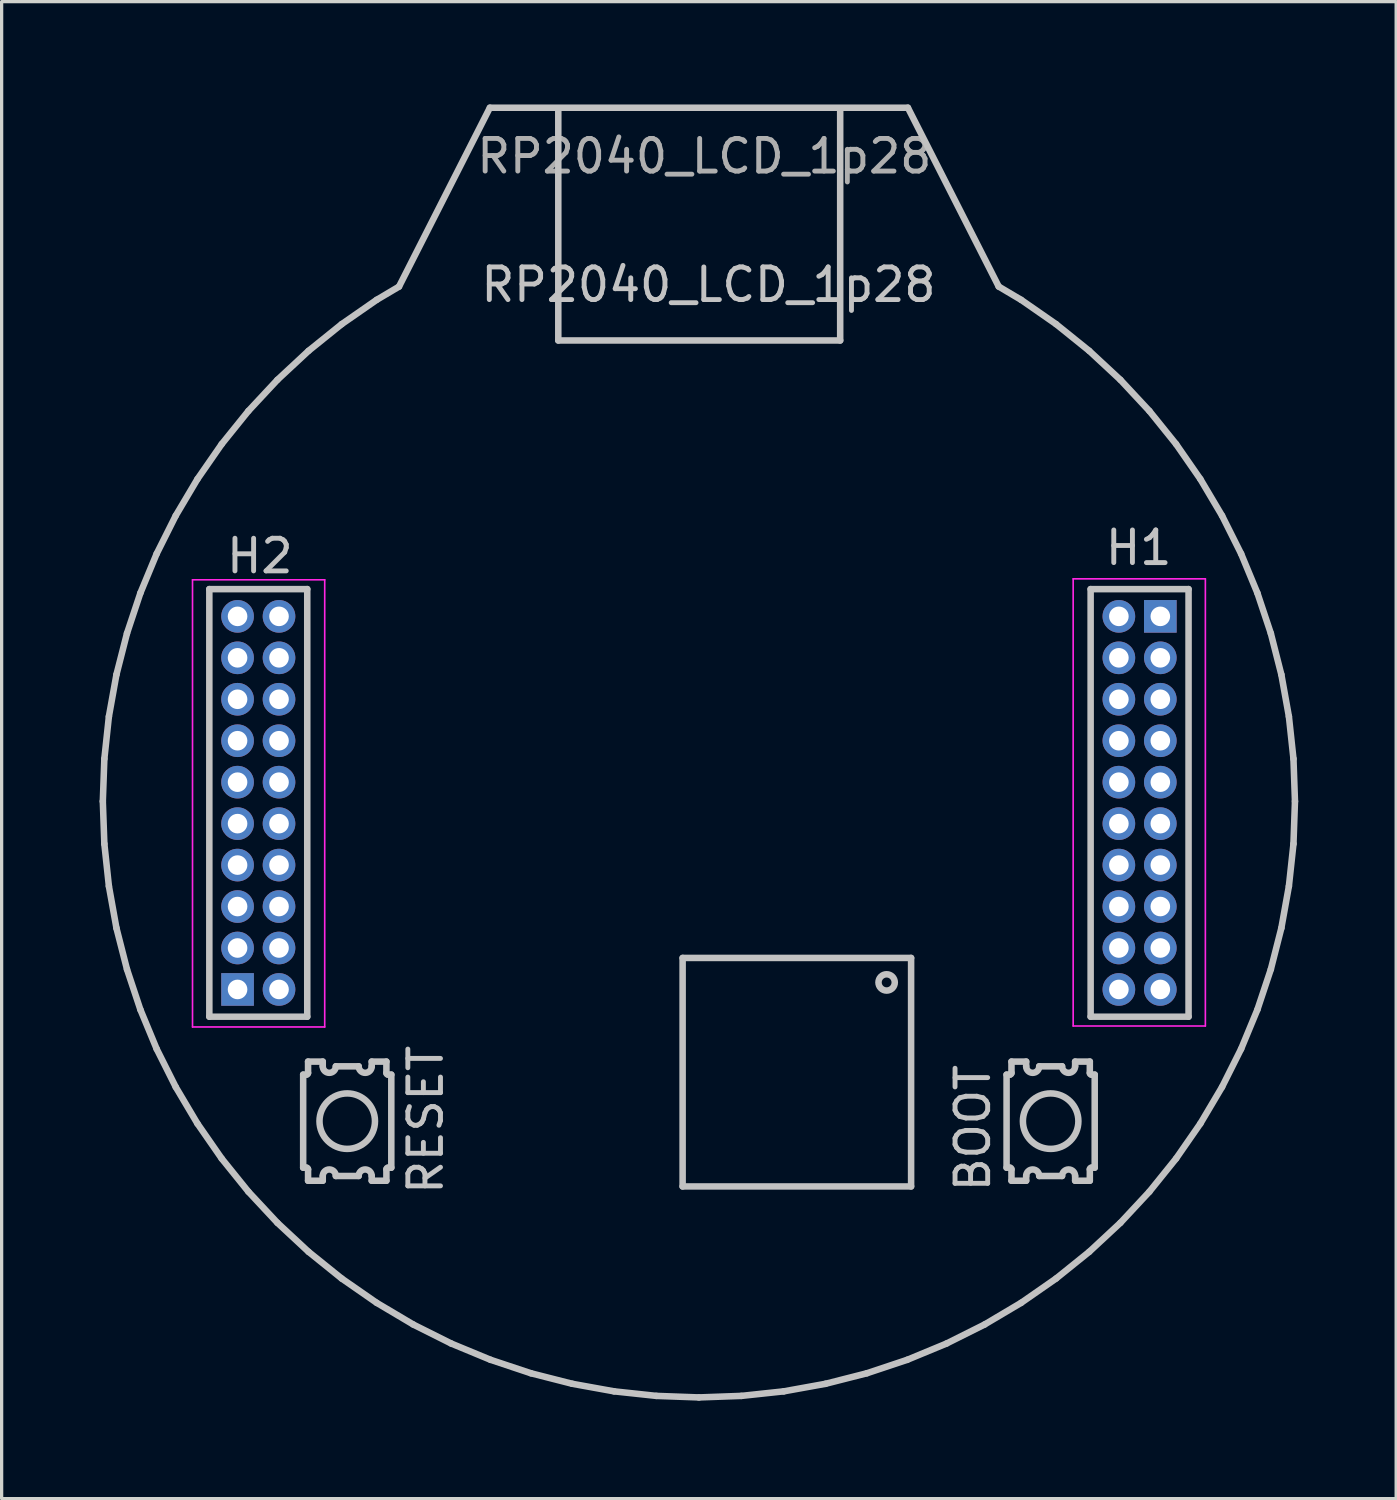
<source format=kicad_pcb>
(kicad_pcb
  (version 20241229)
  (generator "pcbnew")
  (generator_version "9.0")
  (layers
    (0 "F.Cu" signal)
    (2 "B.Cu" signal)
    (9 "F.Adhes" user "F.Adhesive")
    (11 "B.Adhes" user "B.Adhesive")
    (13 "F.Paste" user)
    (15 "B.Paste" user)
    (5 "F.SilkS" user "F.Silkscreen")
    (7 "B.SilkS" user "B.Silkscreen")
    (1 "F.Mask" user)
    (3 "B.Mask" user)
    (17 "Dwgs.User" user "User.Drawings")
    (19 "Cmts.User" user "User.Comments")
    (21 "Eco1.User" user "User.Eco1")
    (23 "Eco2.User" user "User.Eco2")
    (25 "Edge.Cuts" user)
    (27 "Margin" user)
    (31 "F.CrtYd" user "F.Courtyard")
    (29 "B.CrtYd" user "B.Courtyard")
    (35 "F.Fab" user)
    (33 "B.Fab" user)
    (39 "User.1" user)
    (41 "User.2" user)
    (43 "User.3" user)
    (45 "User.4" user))
  (footprint "RP2040_LCD_1p28"
    (layer "F.Cu")
    (at 11.958 0.25)
    (property "Reference" "RP2040_LCD_1p28" (at 6.697 5.423 0) (unlocked yes) (layer "Dwgs.User") (effects (font (size 1 1) (thickness 0.15))))
    (attr through_hole)
    (fp_line (start -11.858 21.25) (end -11.811 19.947) (stroke (width 0.2) (type solid)) (layer "Dwgs.User"))
    (fp_line (start -11.811 19.947) (end -11.672 18.651) (stroke (width 0.2) (type solid)) (layer "Dwgs.User"))
    (fp_line (start -11.811 22.553) (end -11.858 21.25) (stroke (width 0.2) (type solid)) (layer "Dwgs.User"))
    (fp_line (start -11.672 18.651) (end -11.441 17.368) (stroke (width 0.2) (type solid)) (layer "Dwgs.User"))
    (fp_line (start -11.672 23.849) (end -11.811 22.553) (stroke (width 0.2) (type solid)) (layer "Dwgs.User"))
    (fp_line (start -11.441 17.368) (end -11.118 16.105) (stroke (width 0.2) (type solid)) (layer "Dwgs.User"))
    (fp_line (start -11.441 25.132) (end -11.672 23.849) (stroke (width 0.2) (type solid)) (layer "Dwgs.User"))
    (fp_line (start -11.118 16.105) (end -10.707 14.868) (stroke (width 0.2) (type solid)) (layer "Dwgs.User"))
    (fp_line (start -11.118 26.395) (end -11.441 25.132) (stroke (width 0.2) (type solid)) (layer "Dwgs.User"))
    (fp_line (start -10.707 14.868) (end -10.208 13.664) (stroke (width 0.2) (type solid)) (layer "Dwgs.User"))
    (fp_line (start -10.707 27.632) (end -11.118 26.395) (stroke (width 0.2) (type solid)) (layer "Dwgs.User"))
    (fp_line (start -10.208 13.664) (end -9.624 12.498) (stroke (width 0.2) (type solid)) (layer "Dwgs.User"))
    (fp_line (start -10.208 28.836) (end -10.707 27.632) (stroke (width 0.2) (type solid)) (layer "Dwgs.User"))
    (fp_line (start -9.624 12.498) (end -8.959 11.377) (stroke (width 0.2) (type solid)) (layer "Dwgs.User"))
    (fp_line (start -9.624 30.002) (end -10.208 28.836) (stroke (width 0.2) (type solid)) (layer "Dwgs.User"))
    (fp_line (start -8.959 11.377) (end -8.216 10.306) (stroke (width 0.2) (type solid)) (layer "Dwgs.User"))
    (fp_line (start -8.959 31.123) (end -9.624 30.002) (stroke (width 0.2) (type solid)) (layer "Dwgs.User"))
    (fp_line (start -8.595 14.748) (end -5.595 14.748) (stroke (width 0.2) (type solid)) (layer "Dwgs.User"))
    (fp_line (start -8.595 27.848) (end -8.595 14.748) (stroke (width 0.2) (type solid)) (layer "Dwgs.User"))
    (fp_line (start -8.216 10.306) (end -7.398 9.291) (stroke (width 0.2) (type solid)) (layer "Dwgs.User"))
    (fp_line (start -8.216 32.194) (end -8.959 31.123) (stroke (width 0.2) (type solid)) (layer "Dwgs.User"))
    (fp_line (start -7.398 9.291) (end -6.509 8.337) (stroke (width 0.2) (type solid)) (layer "Dwgs.User"))
    (fp_line (start -7.398 33.209) (end -8.216 32.194) (stroke (width 0.2) (type solid)) (layer "Dwgs.User"))
    (fp_line (start -6.509 8.337) (end -5.555 7.449) (stroke (width 0.2) (type solid)) (layer "Dwgs.User"))
    (fp_line (start -6.509 34.163) (end -7.398 33.209) (stroke (width 0.2) (type solid)) (layer "Dwgs.User"))
    (fp_line (start -5.72 29.623) (end -5.62 29.623) (stroke (width 0.2) (type solid)) (layer "Dwgs.User"))
    (fp_line (start -5.72 32.473) (end -5.72 29.623) (stroke (width 0.2) (type solid)) (layer "Dwgs.User"))
    (fp_line (start -5.62 32.473) (end -5.72 32.473) (stroke (width 0.2) (type solid)) (layer "Dwgs.User"))
    (fp_line (start -5.595 14.748) (end -5.595 27.848) (stroke (width 0.2) (type solid)) (layer "Dwgs.User"))
    (fp_line (start -5.595 27.848) (end -8.595 27.848) (stroke (width 0.2) (type solid)) (layer "Dwgs.User"))
    (fp_line (start -5.57 29.223) (end -5.12 29.223) (stroke (width 0.2) (type solid)) (layer "Dwgs.User"))
    (fp_line (start -5.57 29.573) (end -5.57 29.223) (stroke (width 0.2) (type solid)) (layer "Dwgs.User"))
    (fp_line (start -5.57 32.873) (end -5.57 32.523) (stroke (width 0.2) (type solid)) (layer "Dwgs.User"))
    (fp_line (start -5.555 7.449) (end -4.54 6.631) (stroke (width 0.2) (type solid)) (layer "Dwgs.User"))
    (fp_line (start -5.555 35.051) (end -6.509 34.163) (stroke (width 0.2) (type solid)) (layer "Dwgs.User"))
    (fp_line (start -5.12 29.223) (end -5.12 29.368) (stroke (width 0.2) (type solid)) (layer "Dwgs.User"))
    (fp_line (start -5.12 32.728) (end -5.12 32.873) (stroke (width 0.2) (type solid)) (layer "Dwgs.User"))
    (fp_line (start -5.12 32.873) (end -5.57 32.873) (stroke (width 0.2) (type solid)) (layer "Dwgs.User"))
    (fp_line (start -4.72 29.368) (end -4.02 29.368) (stroke (width 0.2) (type solid)) (layer "Dwgs.User"))
    (fp_line (start -4.54 6.631) (end -3.469 5.887) (stroke (width 0.2) (type solid)) (layer "Dwgs.User"))
    (fp_line (start -4.54 35.869) (end -5.555 35.051) (stroke (width 0.2) (type solid)) (layer "Dwgs.User"))
    (fp_line (start -4.02 32.728) (end -4.72 32.728) (stroke (width 0.2) (type solid)) (layer "Dwgs.User"))
    (fp_line (start -3.62 29.223) (end -3.17 29.223) (stroke (width 0.2) (type solid)) (layer "Dwgs.User"))
    (fp_line (start -3.62 29.368) (end -3.62 29.223) (stroke (width 0.2) (type solid)) (layer "Dwgs.User"))
    (fp_line (start -3.62 32.873) (end -3.62 32.728) (stroke (width 0.2) (type solid)) (layer "Dwgs.User"))
    (fp_line (start -3.469 5.887) (end -2.784 5.481) (stroke (width 0.2) (type solid)) (layer "Dwgs.User"))
    (fp_line (start -3.469 36.613) (end -4.54 35.869) (stroke (width 0.2) (type solid)) (layer "Dwgs.User"))
    (fp_line (start -3.17 29.223) (end -3.17 29.573) (stroke (width 0.2) (type solid)) (layer "Dwgs.User"))
    (fp_line (start -3.17 32.523) (end -3.17 32.873) (stroke (width 0.2) (type solid)) (layer "Dwgs.User"))
    (fp_line (start -3.17 32.873) (end -3.62 32.873) (stroke (width 0.2) (type solid)) (layer "Dwgs.User"))
    (fp_line (start -3.12 29.623) (end -3.02 29.623) (stroke (width 0.2) (type solid)) (layer "Dwgs.User"))
    (fp_line (start -3.02 29.623) (end -3.02 32.473) (stroke (width 0.2) (type solid)) (layer "Dwgs.User"))
    (fp_line (start -3.02 32.473) (end -3.12 32.473) (stroke (width 0.2) (type solid)) (layer "Dwgs.User"))
    (fp_line (start -2.784 5.481) (end 0 0) (stroke (width 0.2) (type solid)) (layer "Dwgs.User"))
    (fp_line (start -2.348 37.278) (end -3.469 36.613) (stroke (width 0.2) (type solid)) (layer "Dwgs.User"))
    (fp_line (start -1.183 37.861) (end -2.348 37.278) (stroke (width 0.2) (type solid)) (layer "Dwgs.User"))
    (fp_line (start 0 0) (end 12.807 0) (stroke (width 0.2) (type solid)) (layer "Dwgs.User"))
    (fp_line (start 0.022 38.36) (end -1.183 37.861) (stroke (width 0.2) (type solid)) (layer "Dwgs.User"))
    (fp_line (start 1.259 38.772) (end 0.022 38.36) (stroke (width 0.2) (type solid)) (layer "Dwgs.User"))
    (fp_line (start 2.096 7.131) (end 2.096 0.019) (stroke (width 0.2) (type solid)) (layer "Dwgs.User"))
    (fp_line (start 2.522 39.094) (end 1.259 38.772) (stroke (width 0.2) (type solid)) (layer "Dwgs.User"))
    (fp_line (start 3.805 39.326) (end 2.522 39.094) (stroke (width 0.2) (type solid)) (layer "Dwgs.User"))
    (fp_line (start 5.101 39.465) (end 3.805 39.326) (stroke (width 0.2) (type solid)) (layer "Dwgs.User"))
    (fp_line (start 5.905 33.048) (end 5.905 26.048) (stroke (width 0.2) (type solid)) (layer "Dwgs.User"))
    (fp_line (start 5.905 26.048) (end 12.905 26.048) (stroke (width 0.2) (type solid)) (layer "Dwgs.User"))
    (fp_line (start 6.404 39.512) (end 5.101 39.465) (stroke (width 0.2) (type solid)) (layer "Dwgs.User"))
    (fp_line (start 7.706 39.465) (end 6.404 39.512) (stroke (width 0.2) (type solid)) (layer "Dwgs.User"))
    (fp_line (start 9.003 39.326) (end 7.706 39.465) (stroke (width 0.2) (type solid)) (layer "Dwgs.User"))
    (fp_line (start 10.285 39.094) (end 9.003 39.326) (stroke (width 0.2) (type solid)) (layer "Dwgs.User"))
    (fp_line (start 10.732 0.019) (end 10.732 7.131) (stroke (width 0.2) (type solid)) (layer "Dwgs.User"))
    (fp_line (start 10.732 7.131) (end 2.096 7.131) (stroke (width 0.2) (type solid)) (layer "Dwgs.User"))
    (fp_line (start 11.549 38.772) (end 10.285 39.094) (stroke (width 0.2) (type solid)) (layer "Dwgs.User"))
    (fp_line (start 12.785 38.36) (end 11.549 38.772) (stroke (width 0.2) (type solid)) (layer "Dwgs.User"))
    (fp_line (start 12.807 0) (end 15.589 5.479) (stroke (width 0.2) (type solid)) (layer "Dwgs.User"))
    (fp_line (start 12.905 33.048) (end 5.905 33.048) (stroke (width 0.2) (type solid)) (layer "Dwgs.User"))
    (fp_line (start 12.905 26.048) (end 12.905 33.048) (stroke (width 0.2) (type solid)) (layer "Dwgs.User"))
    (fp_line (start 13.99 37.861) (end 12.785 38.36) (stroke (width 0.2) (type solid)) (layer "Dwgs.User"))
    (fp_line (start 15.156 37.278) (end 13.99 37.861) (stroke (width 0.2) (type solid)) (layer "Dwgs.User"))
    (fp_line (start 15.589 5.479) (end 16.277 5.887) (stroke (width 0.2) (type solid)) (layer "Dwgs.User"))
    (fp_line (start 15.83 29.623) (end 15.93 29.623) (stroke (width 0.2) (type solid)) (layer "Dwgs.User"))
    (fp_line (start 15.83 32.473) (end 15.83 29.623) (stroke (width 0.2) (type solid)) (layer "Dwgs.User"))
    (fp_line (start 15.93 32.473) (end 15.83 32.473) (stroke (width 0.2) (type solid)) (layer "Dwgs.User"))
    (fp_line (start 15.98 29.223) (end 16.43 29.223) (stroke (width 0.2) (type solid)) (layer "Dwgs.User"))
    (fp_line (start 15.98 29.573) (end 15.98 29.223) (stroke (width 0.2) (type solid)) (layer "Dwgs.User"))
    (fp_line (start 15.98 32.873) (end 15.98 32.523) (stroke (width 0.2) (type solid)) (layer "Dwgs.User"))
    (fp_line (start 16.277 5.887) (end 17.347 6.631) (stroke (width 0.2) (type solid)) (layer "Dwgs.User"))
    (fp_line (start 16.277 36.613) (end 15.156 37.278) (stroke (width 0.2) (type solid)) (layer "Dwgs.User"))
    (fp_line (start 16.43 29.223) (end 16.43 29.368) (stroke (width 0.2) (type solid)) (layer "Dwgs.User"))
    (fp_line (start 16.43 32.728) (end 16.43 32.873) (stroke (width 0.2) (type solid)) (layer "Dwgs.User"))
    (fp_line (start 16.43 32.873) (end 15.98 32.873) (stroke (width 0.2) (type solid)) (layer "Dwgs.User"))
    (fp_line (start 16.83 29.368) (end 17.53 29.368) (stroke (width 0.2) (type solid)) (layer "Dwgs.User"))
    (fp_line (start 17.347 6.631) (end 18.362 7.449) (stroke (width 0.2) (type solid)) (layer "Dwgs.User"))
    (fp_line (start 17.347 35.869) (end 16.277 36.613) (stroke (width 0.2) (type solid)) (layer "Dwgs.User"))
    (fp_line (start 17.53 32.728) (end 16.83 32.728) (stroke (width 0.2) (type solid)) (layer "Dwgs.User"))
    (fp_line (start 17.93 29.223) (end 18.38 29.223) (stroke (width 0.2) (type solid)) (layer "Dwgs.User"))
    (fp_line (start 17.93 29.368) (end 17.93 29.223) (stroke (width 0.2) (type solid)) (layer "Dwgs.User"))
    (fp_line (start 17.93 32.873) (end 17.93 32.728) (stroke (width 0.2) (type solid)) (layer "Dwgs.User"))
    (fp_line (start 18.362 7.449) (end 19.317 8.337) (stroke (width 0.2) (type solid)) (layer "Dwgs.User"))
    (fp_line (start 18.362 35.051) (end 17.347 35.869) (stroke (width 0.2) (type solid)) (layer "Dwgs.User"))
    (fp_line (start 18.38 29.223) (end 18.38 29.573) (stroke (width 0.2) (type solid)) (layer "Dwgs.User"))
    (fp_line (start 18.38 32.523) (end 18.38 32.873) (stroke (width 0.2) (type solid)) (layer "Dwgs.User"))
    (fp_line (start 18.38 32.873) (end 17.93 32.873) (stroke (width 0.2) (type solid)) (layer "Dwgs.User"))
    (fp_line (start 18.405 14.748) (end 21.405 14.748) (stroke (width 0.2) (type solid)) (layer "Dwgs.User"))
    (fp_line (start 18.405 27.848) (end 18.405 14.748) (stroke (width 0.2) (type solid)) (layer "Dwgs.User"))
    (fp_line (start 18.43 29.623) (end 18.53 29.623) (stroke (width 0.2) (type solid)) (layer "Dwgs.User"))
    (fp_line (start 18.53 29.623) (end 18.53 32.473) (stroke (width 0.2) (type solid)) (layer "Dwgs.User"))
    (fp_line (start 18.53 32.473) (end 18.43 32.473) (stroke (width 0.2) (type solid)) (layer "Dwgs.User"))
    (fp_line (start 19.317 8.337) (end 20.205 9.291) (stroke (width 0.2) (type solid)) (layer "Dwgs.User"))
    (fp_line (start 19.317 34.163) (end 18.362 35.051) (stroke (width 0.2) (type solid)) (layer "Dwgs.User"))
    (fp_line (start 20.205 9.291) (end 21.023 10.306) (stroke (width 0.2) (type solid)) (layer "Dwgs.User"))
    (fp_line (start 20.205 33.209) (end 19.317 34.163) (stroke (width 0.2) (type solid)) (layer "Dwgs.User"))
    (fp_line (start 21.023 10.306) (end 21.766 11.377) (stroke (width 0.2) (type solid)) (layer "Dwgs.User"))
    (fp_line (start 21.023 32.194) (end 20.205 33.209) (stroke (width 0.2) (type solid)) (layer "Dwgs.User"))
    (fp_line (start 21.405 14.748) (end 21.405 27.848) (stroke (width 0.2) (type solid)) (layer "Dwgs.User"))
    (fp_line (start 21.405 27.848) (end 18.405 27.848) (stroke (width 0.2) (type solid)) (layer "Dwgs.User"))
    (fp_line (start 21.766 11.377) (end 22.431 12.498) (stroke (width 0.2) (type solid)) (layer "Dwgs.User"))
    (fp_line (start 21.766 31.123) (end 21.023 32.194) (stroke (width 0.2) (type solid)) (layer "Dwgs.User"))
    (fp_line (start 22.431 12.498) (end 23.015 13.664) (stroke (width 0.2) (type solid)) (layer "Dwgs.User"))
    (fp_line (start 22.431 30.002) (end 21.766 31.123) (stroke (width 0.2) (type solid)) (layer "Dwgs.User"))
    (fp_line (start 23.015 13.664) (end 23.514 14.868) (stroke (width 0.2) (type solid)) (layer "Dwgs.User"))
    (fp_line (start 23.015 28.836) (end 22.431 30.002) (stroke (width 0.2) (type solid)) (layer "Dwgs.User"))
    (fp_line (start 23.514 14.868) (end 23.926 16.105) (stroke (width 0.2) (type solid)) (layer "Dwgs.User"))
    (fp_line (start 23.514 27.632) (end 23.015 28.836) (stroke (width 0.2) (type solid)) (layer "Dwgs.User"))
    (fp_line (start 23.926 16.105) (end 24.248 17.368) (stroke (width 0.2) (type solid)) (layer "Dwgs.User"))
    (fp_line (start 23.926 26.395) (end 23.514 27.632) (stroke (width 0.2) (type solid)) (layer "Dwgs.User"))
    (fp_line (start 24.248 17.368) (end 24.479 18.651) (stroke (width 0.2) (type solid)) (layer "Dwgs.User"))
    (fp_line (start 24.248 25.132) (end 23.926 26.395) (stroke (width 0.2) (type solid)) (layer "Dwgs.User"))
    (fp_line (start 24.479 18.651) (end 24.619 19.947) (stroke (width 0.2) (type solid)) (layer "Dwgs.User"))
    (fp_line (start 24.479 23.849) (end 24.248 25.132) (stroke (width 0.2) (type solid)) (layer "Dwgs.User"))
    (fp_line (start 24.619 19.947) (end 24.665 21.25) (stroke (width 0.2) (type solid)) (layer "Dwgs.User"))
    (fp_line (start 24.619 22.553) (end 24.479 23.849) (stroke (width 0.2) (type solid)) (layer "Dwgs.User"))
    (fp_line (start 24.665 21.25) (end 24.619 22.553) (stroke (width 0.2) (type solid)) (layer "Dwgs.User"))
    (fp_arc (start -5.619735 32.472772) (mid -5.584393 32.48743) (end -5.569735 32.522772) (stroke (width 0.2) (type solid)) (layer "Dwgs.User"))
    (fp_arc (start -5.569735 29.572772) (mid -5.584365 29.608142) (end -5.619735 29.622772) (stroke (width 0.2) (type solid)) (layer "Dwgs.User"))
    (fp_arc (start -5.119735 32.727772) (mid -4.919735 32.527772) (end -4.719735 32.727772) (stroke (width 0.2) (type solid)) (layer "Dwgs.User"))
    (fp_arc (start -4.719735 29.367772) (mid -4.919735 29.567772) (end -5.119735 29.367772) (stroke (width 0.2) (type solid)) (layer "Dwgs.User"))
    (fp_arc (start -4.019735 32.727772) (mid -3.819735 32.527772) (end -3.619735 32.727772) (stroke (width 0.2) (type solid)) (layer "Dwgs.User"))
    (fp_arc (start -3.619735 29.367772) (mid -3.819735 29.567772) (end -4.019735 29.367772) (stroke (width 0.2) (type solid)) (layer "Dwgs.User"))
    (fp_arc (start -3.169735 32.522772) (mid -3.155075 32.487432) (end -3.119735 32.472772) (stroke (width 0.2) (type solid)) (layer "Dwgs.User"))
    (fp_arc (start -3.119735 29.622772) (mid -3.155102 29.608139) (end -3.169735 29.572772) (stroke (width 0.2) (type solid)) (layer "Dwgs.User"))
    (fp_arc (start 15.929817 32.472879) (mid 15.965183 32.487513) (end 15.979817 32.522879) (stroke (width 0.2) (type solid)) (layer "Dwgs.User"))
    (fp_arc (start 15.979817 29.572879) (mid 15.965194 29.608256) (end 15.929817 29.622879) (stroke (width 0.2) (type solid)) (layer "Dwgs.User"))
    (fp_arc (start 16.429817 32.727879) (mid 16.629817 32.527879) (end 16.829817 32.727879) (stroke (width 0.2) (type solid)) (layer "Dwgs.User"))
    (fp_arc (start 16.829817 29.367879) (mid 16.629817 29.567879) (end 16.429817 29.367879) (stroke (width 0.2) (type solid)) (layer "Dwgs.User"))
    (fp_arc (start 17.529817 32.727879) (mid 17.729817 32.527879) (end 17.929817 32.727879) (stroke (width 0.2) (type solid)) (layer "Dwgs.User"))
    (fp_arc (start 17.929817 29.367879) (mid 17.729817 29.567879) (end 17.529817 29.367879) (stroke (width 0.2) (type solid)) (layer "Dwgs.User"))
    (fp_arc (start 18.379817 32.522879) (mid 18.394484 32.487546) (end 18.429817 32.472879) (stroke (width 0.2) (type solid)) (layer "Dwgs.User"))
    (fp_arc (start 18.429817 29.622879) (mid 18.394472 29.608224) (end 18.379817 29.572879) (stroke (width 0.2) (type solid)) (layer "Dwgs.User"))
    (fp_circle (center -4.37 31.048) (end -5.22 31.048) (stroke (width 0.2) (type solid)) (fill no) (layer "Dwgs.User"))
    (fp_circle (center 12.155 26.798) (end 11.905 26.798) (stroke (width 0.2) (type solid)) (fill no) (layer "Dwgs.User"))
    (fp_circle (center 17.18 31.048) (end 16.33 31.048) (stroke (width 0.2) (type solid)) (fill no) (layer "Dwgs.User"))
    (fp_line (start -9.11 14.463) (end -5.06 14.463) (stroke (width 0.05) (type solid)) (layer "F.CrtYd"))
    (fp_line (start -9.11 28.163) (end -9.11 14.463) (stroke (width 0.05) (type solid)) (layer "F.CrtYd"))
    (fp_line (start -5.06 14.463) (end -5.06 28.163) (stroke (width 0.05) (type solid)) (layer "F.CrtYd"))
    (fp_line (start -5.06 28.163) (end -9.11 28.163) (stroke (width 0.05) (type solid)) (layer "F.CrtYd"))
    (fp_line (start 17.87 14.433) (end 21.92 14.433) (stroke (width 0.05) (type solid)) (layer "F.CrtYd"))
    (fp_line (start 17.87 28.133) (end 17.87 14.433) (stroke (width 0.05) (type solid)) (layer "F.CrtYd"))
    (fp_line (start 21.92 14.433) (end 21.92 28.133) (stroke (width 0.05) (type solid)) (layer "F.CrtYd"))
    (fp_line (start 21.92 28.133) (end 17.87 28.133) (stroke (width 0.05) (type solid)) (layer "F.CrtYd"))
    (fp_text user "H2" (at -7.048 13.735 0) (unlocked yes) (layer "Dwgs.User") (effects (font (size 1 1) (thickness 0.15))))
    (fp_text user "H1" (at 19.876 13.481 0) (unlocked yes) (layer "Dwgs.User") (effects (font (size 1 1) (thickness 0.15))))
    (fp_text user "BOOT" (at 14.796 31.261 90) (unlocked yes) (layer "Dwgs.User") (effects (font (size 1 1) (thickness 0.15))))
    (fp_text user "RESET" (at -1.968 31.007 90) (unlocked yes) (layer "Dwgs.User") (effects (font (size 1 1) (thickness 0.15))))
    (fp_text user "${REFERENCE}" (at 6.57 1.486 0) (unlocked yes) (layer "F.Fab") (effects (font (size 1 1) (thickness 0.15))))
    (pad "1" thru_hole rect (at 20.54 15.583) (size 1 1) (drill 0.6) (layers "*.Cu" "*.Mask"))
    (pad "2" thru_hole circle (at 19.27 15.583) (size 1 1) (drill 0.6) (layers "*.Cu" "*.Mask"))
    (pad "3" thru_hole circle (at 20.54 16.853) (size 1 1) (drill 0.6) (layers "*.Cu" "*.Mask"))
    (pad "4" thru_hole circle (at 19.27 16.853) (size 1 1) (drill 0.6) (layers "*.Cu" "*.Mask"))
    (pad "5" thru_hole circle (at 20.54 18.123) (size 1 1) (drill 0.6) (layers "*.Cu" "*.Mask"))
    (pad "6" thru_hole circle (at 19.27 18.123) (size 1 1) (drill 0.6) (layers "*.Cu" "*.Mask"))
    (pad "7" thru_hole circle (at 20.54 19.393) (size 1 1) (drill 0.6) (layers "*.Cu" "*.Mask"))
    (pad "8" thru_hole circle (at 19.27 19.393) (size 1 1) (drill 0.6) (layers "*.Cu" "*.Mask"))
    (pad "9" thru_hole circle (at 20.54 20.663) (size 1 1) (drill 0.6) (layers "*.Cu" "*.Mask"))
    (pad "10" thru_hole circle (at 19.27 20.663) (size 1 1) (drill 0.6) (layers "*.Cu" "*.Mask"))
    (pad "11" thru_hole circle (at 20.54 21.933) (size 1 1) (drill 0.6) (layers "*.Cu" "*.Mask"))
    (pad "12" thru_hole circle (at 19.27 21.933) (size 1 1) (drill 0.6) (layers "*.Cu" "*.Mask"))
    (pad "13" thru_hole circle (at 20.54 23.203) (size 1 1) (drill 0.6) (layers "*.Cu" "*.Mask"))
    (pad "14" thru_hole circle (at 19.27 23.203) (size 1 1) (drill 0.6) (layers "*.Cu" "*.Mask"))
    (pad "15" thru_hole circle (at 20.54 24.473) (size 1 1) (drill 0.6) (layers "*.Cu" "*.Mask"))
    (pad "16" thru_hole circle (at 19.27 24.473) (size 1 1) (drill 0.6) (layers "*.Cu" "*.Mask"))
    (pad "17" thru_hole circle (at 20.54 25.743) (size 1 1) (drill 0.6) (layers "*.Cu" "*.Mask"))
    (pad "18" thru_hole circle (at 19.27 25.743) (size 1 1) (drill 0.6) (layers "*.Cu" "*.Mask"))
    (pad "19" thru_hole circle (at 20.54 27.013) (size 1 1) (drill 0.6) (layers "*.Cu" "*.Mask"))
    (pad "20" thru_hole circle (at 19.27 27.013) (size 1 1) (drill 0.6) (layers "*.Cu" "*.Mask"))
    (pad "21" thru_hole rect (at -7.73 27.013 180) (size 1 1) (drill 0.6) (layers "*.Cu" "*.Mask"))
    (pad "22" thru_hole circle (at -6.46 27.013 180) (size 1 1) (drill 0.6) (layers "*.Cu" "*.Mask"))
    (pad "23" thru_hole circle (at -7.73 25.743 180) (size 1 1) (drill 0.6) (layers "*.Cu" "*.Mask"))
    (pad "24" thru_hole circle (at -6.46 25.743 180) (size 1 1) (drill 0.6) (layers "*.Cu" "*.Mask"))
    (pad "25" thru_hole circle (at -7.73 24.473 180) (size 1 1) (drill 0.6) (layers "*.Cu" "*.Mask"))
    (pad "26" thru_hole circle (at -6.46 24.473 180) (size 1 1) (drill 0.6) (layers "*.Cu" "*.Mask"))
    (pad "27" thru_hole circle (at -7.73 23.203 180) (size 1 1) (drill 0.6) (layers "*.Cu" "*.Mask"))
    (pad "28" thru_hole circle (at -6.46 23.203 180) (size 1 1) (drill 0.6) (layers "*.Cu" "*.Mask"))
    (pad "29" thru_hole circle (at -7.73 21.933 180) (size 1 1) (drill 0.6) (layers "*.Cu" "*.Mask"))
    (pad "30" thru_hole circle (at -6.46 21.933 180) (size 1 1) (drill 0.6) (layers "*.Cu" "*.Mask"))
    (pad "31" thru_hole circle (at -7.73 20.663 180) (size 1 1) (drill 0.6) (layers "*.Cu" "*.Mask"))
    (pad "32" thru_hole circle (at -6.46 20.663 180) (size 1 1) (drill 0.6) (layers "*.Cu" "*.Mask"))
    (pad "33" thru_hole circle (at -7.73 19.393 180) (size 1 1) (drill 0.6) (layers "*.Cu" "*.Mask"))
    (pad "34" thru_hole circle (at -6.46 19.393 180) (size 1 1) (drill 0.6) (layers "*.Cu" "*.Mask"))
    (pad "35" thru_hole circle (at -7.73 18.123 180) (size 1 1) (drill 0.6) (layers "*.Cu" "*.Mask"))
    (pad "36" thru_hole circle (at -6.46 18.123 180) (size 1 1) (drill 0.6) (layers "*.Cu" "*.Mask"))
    (pad "37" thru_hole circle (at -7.73 16.853 180) (size 1 1) (drill 0.6) (layers "*.Cu" "*.Mask"))
    (pad "38" thru_hole circle (at -6.46 16.853 180) (size 1 1) (drill 0.6) (layers "*.Cu" "*.Mask"))
    (pad "39" thru_hole circle (at -7.73 15.583 180) (size 1 1) (drill 0.6) (layers "*.Cu" "*.Mask"))
    (pad "40" thru_hole circle (at -6.46 15.583 180) (size 1 1) (drill 0.6) (layers "*.Cu" "*.Mask")))
  (gr_rect
    (start -3 -3)
    (end 39.723 42.862)
    (stroke (width 0.1) (type default))
    (fill no)
    (layer "Edge.Cuts")))
</source>
